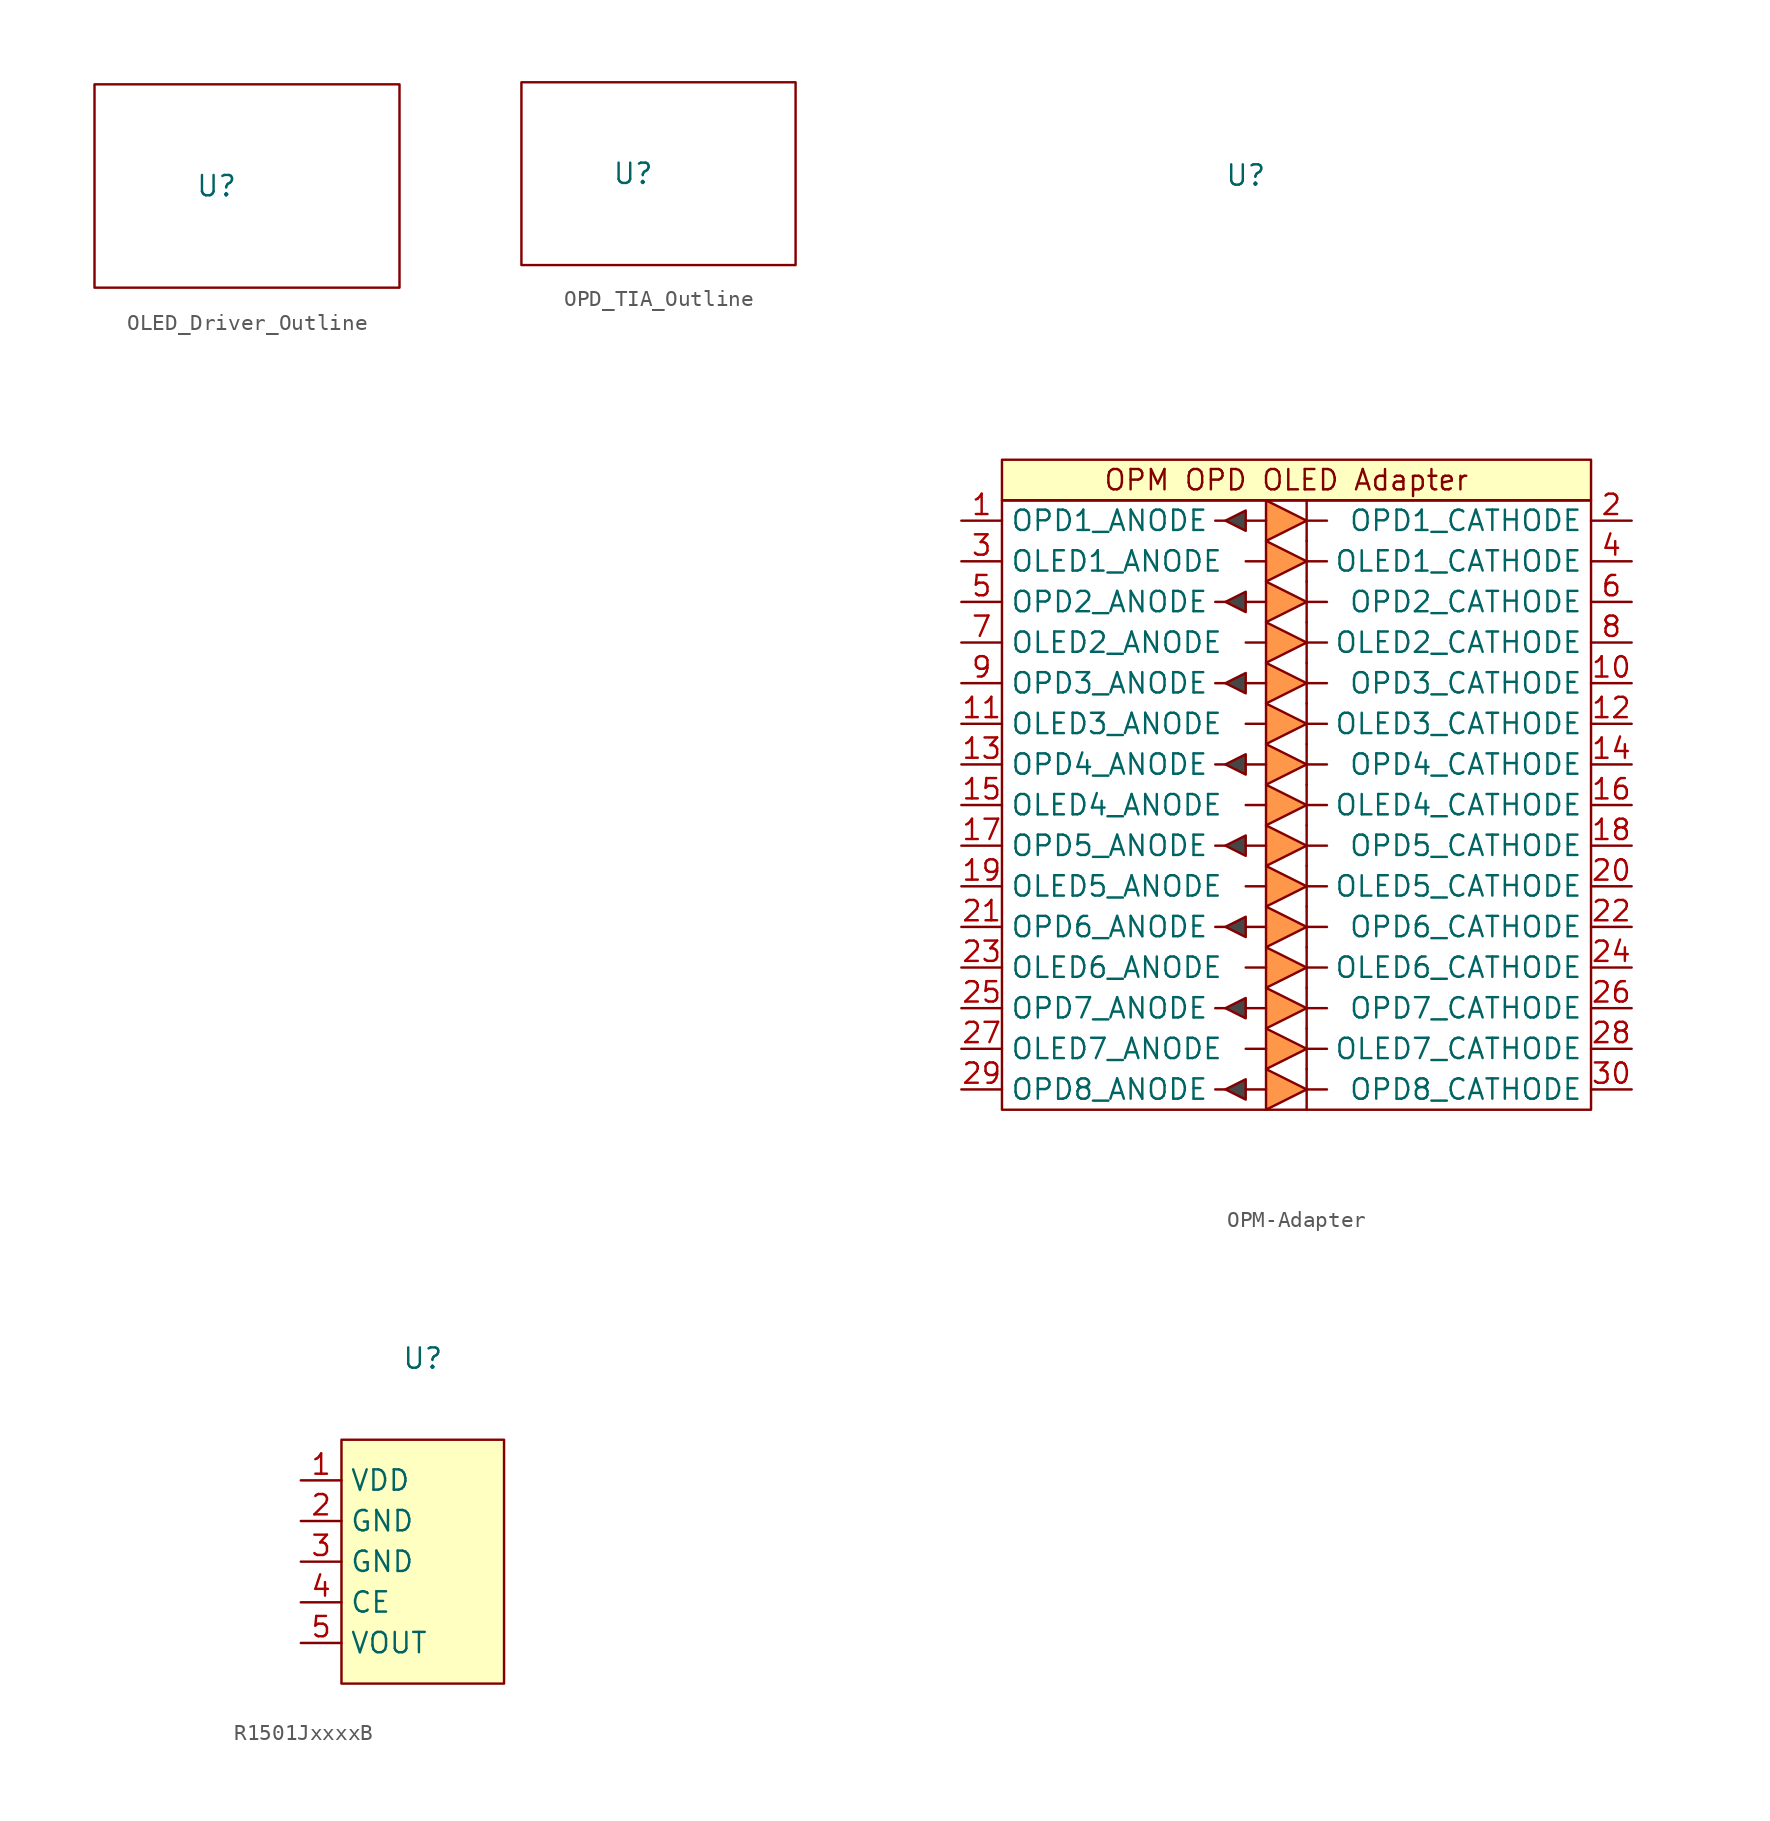
<source format=kicad_sym>
(kicad_symbol_lib
  (version 20220914)
  (generator kicad_symbol_editor)
  (symbol "OLED_Driver_Outline"
    (pin_numbers hide)
    (pin_names
      (offset 0) hide)
    (property "Reference" "U"
      (at 1.27 0 0)
      (effects (font (size 1.27 1.27))))
    (property "Value" ""
      (at 0 0 0)
      (effects (font (size 1.27 1.27))))
    (symbol "OLED_Driver_Outline_0_1"
      (rectangle (start -6.35 6.35) (end 12.7 -6.35) (stroke (width 0) (type default)) (fill (type none)))))
  (symbol "OPD_TIA_Outline"
    (pin_numbers hide)
    (pin_names
      (offset 0) hide)
    (property "Reference" "U"
      (at 0 0 0)
      (effects (font (size 1.27 1.27))))
    (property "Value" ""
      (at 0 0 0)
      (effects (font (size 1.27 1.27))))
    (symbol "OPD_TIA_Outline_0_1"
      (rectangle (start -6.985 5.715) (end 10.16 -5.715) (stroke (width 0) (type default)) (fill (type none)))))
  (symbol "OPM-Adapter"
    (property "Reference" "U"
      (at 39.37 2.54 0)
      (effects (font (size 1.27 1.27))))
    (property "Value" ""
      (at 21.59 -21.59 0)
      (effects (font (size 1.27 1.27))))
    (symbol "OPM-Adapter_0_1"
      (polyline (pts (xy 38.1 -54.61) (xy 37.465 -54.61)) (stroke (width 0) (type default)) (fill (type none)))
      (polyline (pts (xy 38.1 -49.53) (xy 37.465 -49.53)) (stroke (width 0) (type default)) (fill (type none)))
      (polyline (pts (xy 38.1 -44.45) (xy 37.465 -44.45)) (stroke (width 0) (type default)) (fill (type none)))
      (polyline (pts (xy 38.1 -39.37) (xy 37.465 -39.37)) (stroke (width 0) (type default)) (fill (type none)))
      (polyline (pts (xy 38.1 -34.29) (xy 37.465 -34.29)) (stroke (width 0) (type default)) (fill (type none)))
      (polyline (pts (xy 38.1 -29.21) (xy 37.465 -29.21)) (stroke (width 0) (type default)) (fill (type none)))
      (polyline (pts (xy 38.1 -24.13) (xy 37.465 -24.13)) (stroke (width 0) (type default)) (fill (type none)))
      (polyline (pts (xy 38.1 -19.05) (xy 37.465 -19.05)) (stroke (width 0) (type default)) (fill (type none)))
      (polyline (pts (xy 40.64 -54.61) (xy 39.37 -54.61)) (stroke (width 0) (type default)) (fill (type none)))
      (polyline (pts (xy 40.64 -52.07) (xy 39.37 -52.07)) (stroke (width 0) (type default)) (fill (type none)))
      (polyline (pts (xy 40.64 -49.53) (xy 39.37 -49.53)) (stroke (width 0) (type default)) (fill (type none)))
      (polyline (pts (xy 40.64 -46.99) (xy 39.37 -46.99)) (stroke (width 0) (type default)) (fill (type none)))
      (polyline (pts (xy 40.64 -44.45) (xy 39.37 -44.45)) (stroke (width 0) (type default)) (fill (type none)))
      (polyline (pts (xy 40.64 -41.91) (xy 39.37 -41.91)) (stroke (width 0) (type default)) (fill (type none)))
      (polyline (pts (xy 40.64 -39.37) (xy 39.37 -39.37)) (stroke (width 0) (type default)) (fill (type none)))
      (polyline (pts (xy 40.64 -36.83) (xy 39.37 -36.83)) (stroke (width 0) (type default)) (fill (type none)))
      (polyline (pts (xy 40.64 -34.29) (xy 39.37 -34.29)) (stroke (width 0) (type default)) (fill (type none)))
      (polyline (pts (xy 40.64 -31.75) (xy 39.37 -31.75)) (stroke (width 0) (type default)) (fill (type none)))
      (polyline (pts (xy 40.64 -29.21) (xy 39.37 -29.21)) (stroke (width 0) (type default)) (fill (type none)))
      (polyline (pts (xy 40.64 -26.67) (xy 39.37 -26.67)) (stroke (width 0) (type default)) (fill (type none)))
      (polyline (pts (xy 40.64 -24.13) (xy 39.37 -24.13)) (stroke (width 0) (type default)) (fill (type none)))
      (polyline (pts (xy 40.64 -21.59) (xy 39.37 -21.59)) (stroke (width 0) (type default)) (fill (type none)))
      (polyline (pts (xy 40.64 -19.05) (xy 39.37 -19.05)) (stroke (width 0) (type default)) (fill (type none)))
      (polyline (pts (xy 43.18 -54.61) (xy 44.45 -54.61)) (stroke (width 0) (type default)) (fill (type none)))
      (polyline (pts (xy 43.18 -52.07) (xy 44.45 -52.07)) (stroke (width 0) (type default)) (fill (type none)))
      (polyline (pts (xy 43.18 -49.53) (xy 44.45 -49.53)) (stroke (width 0) (type default)) (fill (type none)))
      (polyline (pts (xy 43.18 -46.99) (xy 44.45 -46.99)) (stroke (width 0) (type default)) (fill (type none)))
      (polyline (pts (xy 43.18 -44.45) (xy 44.45 -44.45)) (stroke (width 0) (type default)) (fill (type none)))
      (polyline (pts (xy 43.18 -41.91) (xy 44.45 -41.91)) (stroke (width 0) (type default)) (fill (type none)))
      (polyline (pts (xy 43.18 -39.37) (xy 44.45 -39.37)) (stroke (width 0) (type default)) (fill (type none)))
      (polyline (pts (xy 43.18 -36.83) (xy 44.45 -36.83)) (stroke (width 0) (type default)) (fill (type none)))
      (polyline (pts (xy 43.18 -34.29) (xy 44.45 -34.29)) (stroke (width 0) (type default)) (fill (type none)))
      (polyline (pts (xy 43.18 -31.75) (xy 44.45 -31.75)) (stroke (width 0) (type default)) (fill (type none)))
      (polyline (pts (xy 43.18 -29.21) (xy 44.45 -29.21)) (stroke (width 0) (type default)) (fill (type none)))
      (polyline (pts (xy 43.18 -26.67) (xy 44.45 -26.67)) (stroke (width 0) (type default)) (fill (type none)))
      (polyline (pts (xy 43.18 -24.13) (xy 44.45 -24.13)) (stroke (width 0) (type default)) (fill (type none)))
      (polyline (pts (xy 43.18 -21.59) (xy 44.45 -21.59)) (stroke (width 0) (type default)) (fill (type none)))
      (polyline (pts (xy 43.18 -19.05) (xy 44.45 -19.05)) (stroke (width 0) (type default)) (fill (type none))))
    (symbol "OPM-Adapter_1_0"
      (pin unspecified line (at 21.59 -19.05 0) (length 2.54) (name "OPD1_ANODE" (effects (font (size 1.27 1.27)))) (number "1" (effects (font (size 1.27 1.27)))))
      (pin unspecified line (at 63.5 -29.21 180) (length 2.54) (name "OPD3_CATHODE" (effects (font (size 1.27 1.27)))) (number "10" (effects (font (size 1.27 1.27)))))
      (pin unspecified line (at 21.59 -31.75 0) (length 2.54) (name "OLED3_ANODE" (effects (font (size 1.27 1.27)))) (number "11" (effects (font (size 1.27 1.27)))))
      (pin unspecified line (at 63.5 -31.75 180) (length 2.54) (name "OLED3_CATHODE" (effects (font (size 1.27 1.27)))) (number "12" (effects (font (size 1.27 1.27)))))
      (pin unspecified line (at 21.59 -34.29 0) (length 2.54) (name "OPD4_ANODE" (effects (font (size 1.27 1.27)))) (number "13" (effects (font (size 1.27 1.27)))))
      (pin unspecified line (at 63.5 -34.29 180) (length 2.54) (name "OPD4_CATHODE" (effects (font (size 1.27 1.27)))) (number "14" (effects (font (size 1.27 1.27)))))
      (pin unspecified line (at 21.59 -36.83 0) (length 2.54) (name "OLED4_ANODE" (effects (font (size 1.27 1.27)))) (number "15" (effects (font (size 1.27 1.27)))))
      (pin unspecified line (at 63.5 -36.83 180) (length 2.54) (name "OLED4_CATHODE" (effects (font (size 1.27 1.27)))) (number "16" (effects (font (size 1.27 1.27)))))
      (pin unspecified line (at 21.59 -39.37 0) (length 2.54) (name "OPD5_ANODE" (effects (font (size 1.27 1.27)))) (number "17" (effects (font (size 1.27 1.27)))))
      (pin unspecified line (at 63.5 -39.37 180) (length 2.54) (name "OPD5_CATHODE" (effects (font (size 1.27 1.27)))) (number "18" (effects (font (size 1.27 1.27)))))
      (pin unspecified line (at 21.59 -41.91 0) (length 2.54) (name "OLED5_ANODE" (effects (font (size 1.27 1.27)))) (number "19" (effects (font (size 1.27 1.27)))))
      (pin unspecified line (at 63.5 -19.05 180) (length 2.54) (name "OPD1_CATHODE" (effects (font (size 1.27 1.27)))) (number "2" (effects (font (size 1.27 1.27)))))
      (pin unspecified line (at 63.5 -41.91 180) (length 2.54) (name "OLED5_CATHODE" (effects (font (size 1.27 1.27)))) (number "20" (effects (font (size 1.27 1.27)))))
      (pin unspecified line (at 21.59 -44.45 0) (length 2.54) (name "OPD6_ANODE" (effects (font (size 1.27 1.27)))) (number "21" (effects (font (size 1.27 1.27)))))
      (pin unspecified line (at 63.5 -44.45 180) (length 2.54) (name "OPD6_CATHODE" (effects (font (size 1.27 1.27)))) (number "22" (effects (font (size 1.27 1.27)))))
      (pin unspecified line (at 21.59 -46.99 0) (length 2.54) (name "OLED6_ANODE" (effects (font (size 1.27 1.27)))) (number "23" (effects (font (size 1.27 1.27)))))
      (pin unspecified line (at 63.5 -46.99 180) (length 2.54) (name "OLED6_CATHODE" (effects (font (size 1.27 1.27)))) (number "24" (effects (font (size 1.27 1.27)))))
      (pin unspecified line (at 21.59 -49.53 0) (length 2.54) (name "OPD7_ANODE" (effects (font (size 1.27 1.27)))) (number "25" (effects (font (size 1.27 1.27)))))
      (pin unspecified line (at 63.5 -49.53 180) (length 2.54) (name "OPD7_CATHODE" (effects (font (size 1.27 1.27)))) (number "26" (effects (font (size 1.27 1.27)))))
      (pin unspecified line (at 21.59 -52.07 0) (length 2.54) (name "OLED7_ANODE" (effects (font (size 1.27 1.27)))) (number "27" (effects (font (size 1.27 1.27)))))
      (pin unspecified line (at 63.5 -52.07 180) (length 2.54) (name "OLED7_CATHODE" (effects (font (size 1.27 1.27)))) (number "28" (effects (font (size 1.27 1.27)))))
      (pin unspecified line (at 21.59 -54.61 0) (length 2.54) (name "OPD8_ANODE" (effects (font (size 1.27 1.27)))) (number "29" (effects (font (size 1.27 1.27)))))
      (pin unspecified line (at 21.59 -21.59 0) (length 2.54) (name "OLED1_ANODE" (effects (font (size 1.27 1.27)))) (number "3" (effects (font (size 1.27 1.27)))))
      (pin unspecified line (at 63.5 -54.61 180) (length 2.54) (name "OPD8_CATHODE" (effects (font (size 1.27 1.27)))) (number "30" (effects (font (size 1.27 1.27)))))
      (pin unspecified line (at 63.5 -21.59 180) (length 2.54) (name "OLED1_CATHODE" (effects (font (size 1.27 1.27)))) (number "4" (effects (font (size 1.27 1.27)))))
      (pin unspecified line (at 21.59 -24.13 0) (length 2.54) (name "OPD2_ANODE" (effects (font (size 1.27 1.27)))) (number "5" (effects (font (size 1.27 1.27)))))
      (pin unspecified line (at 63.5 -24.13 180) (length 2.54) (name "OPD2_CATHODE" (effects (font (size 1.27 1.27)))) (number "6" (effects (font (size 1.27 1.27)))))
      (pin unspecified line (at 21.59 -26.67 0) (length 2.54) (name "OLED2_ANODE" (effects (font (size 1.27 1.27)))) (number "7" (effects (font (size 1.27 1.27)))))
      (pin unspecified line (at 63.5 -26.67 180) (length 2.54) (name "OLED2_CATHODE" (effects (font (size 1.27 1.27)))) (number "8" (effects (font (size 1.27 1.27)))))
      (pin unspecified line (at 21.59 -29.21 0) (length 2.54) (name "OPD3_ANODE" (effects (font (size 1.27 1.27)))) (number "9" (effects (font (size 1.27 1.27))))))
    (symbol "OPM-Adapter_1_1"
      (polyline (pts (xy 43.18 -53.34) (xy 43.18 -55.88)) (stroke (width 0) (type default)) (fill (type none)))
      (polyline (pts (xy 43.18 -50.8) (xy 43.18 -53.34)) (stroke (width 0) (type default)) (fill (type none)))
      (polyline (pts (xy 43.18 -48.26) (xy 43.18 -50.8)) (stroke (width 0) (type default)) (fill (type none)))
      (polyline (pts (xy 43.18 -45.72) (xy 43.18 -48.26)) (stroke (width 0) (type default)) (fill (type none)))
      (polyline (pts (xy 43.18 -43.18) (xy 43.18 -45.72)) (stroke (width 0) (type default)) (fill (type none)))
      (polyline (pts (xy 43.18 -40.64) (xy 43.18 -43.18)) (stroke (width 0) (type default)) (fill (type none)))
      (polyline (pts (xy 43.18 -38.1) (xy 43.18 -40.64)) (stroke (width 0) (type default)) (fill (type none)))
      (polyline (pts (xy 43.18 -35.56) (xy 43.18 -38.1)) (stroke (width 0) (type default)) (fill (type none)))
      (polyline (pts (xy 43.18 -33.02) (xy 43.18 -35.56)) (stroke (width 0) (type default)) (fill (type none)))
      (polyline (pts (xy 43.18 -30.48) (xy 43.18 -33.02)) (stroke (width 0) (type default)) (fill (type none)))
      (polyline (pts (xy 43.18 -27.94) (xy 43.18 -30.48)) (stroke (width 0) (type default)) (fill (type none)))
      (polyline (pts (xy 43.18 -25.4) (xy 43.18 -27.94)) (stroke (width 0) (type default)) (fill (type none)))
      (polyline (pts (xy 43.18 -22.86) (xy 43.18 -25.4)) (stroke (width 0) (type default)) (fill (type none)))
      (polyline (pts (xy 43.18 -20.32) (xy 43.18 -22.86)) (stroke (width 0) (type default)) (fill (type none)))
      (polyline (pts (xy 43.18 -17.78) (xy 43.18 -20.32)) (stroke (width 0) (type default)) (fill (type none)))
      (polyline (pts (xy 39.37 -53.975) (xy 39.37 -55.245) (xy 38.1 -54.61) (xy 39.37 -53.975)) (stroke (width 0) (type default)) (fill (type color) (color 70 70 70 1)))
      (polyline (pts (xy 39.37 -48.895) (xy 39.37 -50.165) (xy 38.1 -49.53) (xy 39.37 -48.895)) (stroke (width 0) (type default)) (fill (type color) (color 70 70 70 1)))
      (polyline (pts (xy 39.37 -43.815) (xy 39.37 -45.085) (xy 38.1 -44.45) (xy 39.37 -43.815)) (stroke (width 0) (type default)) (fill (type color) (color 70 70 70 1)))
      (polyline (pts (xy 39.37 -38.735) (xy 39.37 -40.005) (xy 38.1 -39.37) (xy 39.37 -38.735)) (stroke (width 0) (type default)) (fill (type color) (color 70 70 70 1)))
      (polyline (pts (xy 39.37 -33.655) (xy 39.37 -34.925) (xy 38.1 -34.29) (xy 39.37 -33.655)) (stroke (width 0) (type default)) (fill (type color) (color 70 70 70 1)))
      (polyline (pts (xy 39.37 -28.575) (xy 39.37 -29.845) (xy 38.1 -29.21) (xy 39.37 -28.575)) (stroke (width 0) (type default)) (fill (type color) (color 70 70 70 1)))
      (polyline (pts (xy 39.37 -23.495) (xy 39.37 -24.765) (xy 38.1 -24.13) (xy 39.37 -23.495)) (stroke (width 0) (type default)) (fill (type color) (color 70 70 70 1)))
      (polyline (pts (xy 39.37 -18.415) (xy 39.37 -19.685) (xy 38.1 -19.05) (xy 39.37 -18.415)) (stroke (width 0) (type default)) (fill (type color) (color 70 70 70 1)))
      (polyline (pts (xy 40.64 -53.34) (xy 40.64 -55.88) (xy 43.18 -54.61) (xy 40.64 -53.34)) (stroke (width 0) (type default)) (fill (type color) (color 255 151 74 1)))
      (polyline (pts (xy 40.64 -50.8) (xy 40.64 -53.34) (xy 43.18 -52.07) (xy 40.64 -50.8)) (stroke (width 0) (type default)) (fill (type color) (color 255 151 74 1)))
      (polyline (pts (xy 40.64 -48.26) (xy 40.64 -50.8) (xy 43.18 -49.53) (xy 40.64 -48.26)) (stroke (width 0) (type default)) (fill (type color) (color 255 151 74 1)))
      (polyline (pts (xy 40.64 -45.72) (xy 40.64 -48.26) (xy 43.18 -46.99) (xy 40.64 -45.72)) (stroke (width 0) (type default)) (fill (type color) (color 255 151 74 1)))
      (polyline (pts (xy 40.64 -43.18) (xy 40.64 -45.72) (xy 43.18 -44.45) (xy 40.64 -43.18)) (stroke (width 0) (type default)) (fill (type color) (color 255 151 74 1)))
      (polyline (pts (xy 40.64 -40.64) (xy 40.64 -43.18) (xy 43.18 -41.91) (xy 40.64 -40.64)) (stroke (width 0) (type default)) (fill (type color) (color 255 151 74 1)))
      (polyline (pts (xy 40.64 -38.1) (xy 40.64 -40.64) (xy 43.18 -39.37) (xy 40.64 -38.1)) (stroke (width 0) (type default)) (fill (type color) (color 255 151 74 1)))
      (polyline (pts (xy 40.64 -35.56) (xy 40.64 -38.1) (xy 43.18 -36.83) (xy 40.64 -35.56)) (stroke (width 0) (type default)) (fill (type color) (color 255 151 74 1)))
      (polyline (pts (xy 40.64 -33.02) (xy 40.64 -35.56) (xy 43.18 -34.29) (xy 40.64 -33.02)) (stroke (width 0) (type default)) (fill (type color) (color 255 151 74 1)))
      (polyline (pts (xy 40.64 -30.48) (xy 40.64 -33.02) (xy 43.18 -31.75) (xy 40.64 -30.48)) (stroke (width 0) (type default)) (fill (type color) (color 255 151 74 1)))
      (polyline (pts (xy 40.64 -27.94) (xy 40.64 -30.48) (xy 43.18 -29.21) (xy 40.64 -27.94)) (stroke (width 0) (type default)) (fill (type color) (color 255 151 74 1)))
      (polyline (pts (xy 40.64 -25.4) (xy 40.64 -27.94) (xy 43.18 -26.67) (xy 40.64 -25.4)) (stroke (width 0) (type default)) (fill (type color) (color 255 151 74 1)))
      (polyline (pts (xy 40.64 -22.86) (xy 40.64 -25.4) (xy 43.18 -24.13) (xy 40.64 -22.86)) (stroke (width 0) (type default)) (fill (type color) (color 255 151 74 1)))
      (polyline (pts (xy 40.64 -20.32) (xy 40.64 -22.86) (xy 43.18 -21.59) (xy 40.64 -20.32)) (stroke (width 0) (type default)) (fill (type color) (color 255 151 74 1)))
      (polyline (pts (xy 40.64 -17.78) (xy 40.64 -20.32) (xy 43.18 -19.05) (xy 40.64 -17.78)) (stroke (width 0) (type default)) (fill (type color) (color 255 151 74 1)))
      (rectangle (start 24.13 -17.78) (end 60.96 -55.88) (stroke (width 0) (type default)) (fill (type none)))
      (rectangle (start 24.13 -15.24) (end 60.96 -17.78) (stroke (width 0) (type default)) (fill (type background)))
      (text "OPM OPD OLED Adapter" (at 41.91 -16.51 0) (effects (font (size 1.27 1.27))))))
  (symbol "R1501JxxxxB"
    (property "Reference" "U"
      (at 5.08 12.7 0)
      (effects (font (size 1.27 1.27))))
    (property "Value" ""
      (at -14.605 4.445 0)
      (effects (font (size 1.27 1.27))))
    (symbol "R1501JxxxxB_0_0"
      (pin power_in line (at -2.54 5.08 0) (length 2.54) (name "VDD" (effects (font (size 1.27 1.27)))) (number "1" (effects (font (size 1.27 1.27)))))
      (pin power_in line (at -2.54 2.54 0) (length 2.54) (name "GND" (effects (font (size 1.27 1.27)))) (number "2" (effects (font (size 1.27 1.27)))))
      (pin power_in line (at -2.54 0 0) (length 2.54) (name "GND" (effects (font (size 1.27 1.27)))) (number "3" (effects (font (size 1.27 1.27)))))
      (pin input line (at -2.54 -2.54 0) (length 2.54) (name "CE" (effects (font (size 1.27 1.27)))) (number "4" (effects (font (size 1.27 1.27)))))
      (pin power_out line (at -2.54 -5.08 0) (length 2.54) (name "VOUT" (effects (font (size 1.27 1.27)))) (number "5" (effects (font (size 1.27 1.27))))))
    (symbol "R1501JxxxxB_1_1"
      (rectangle (start 0 7.62) (end 10.16 -7.62) (stroke (width 0) (type default)) (fill (type background))))))
</source>
